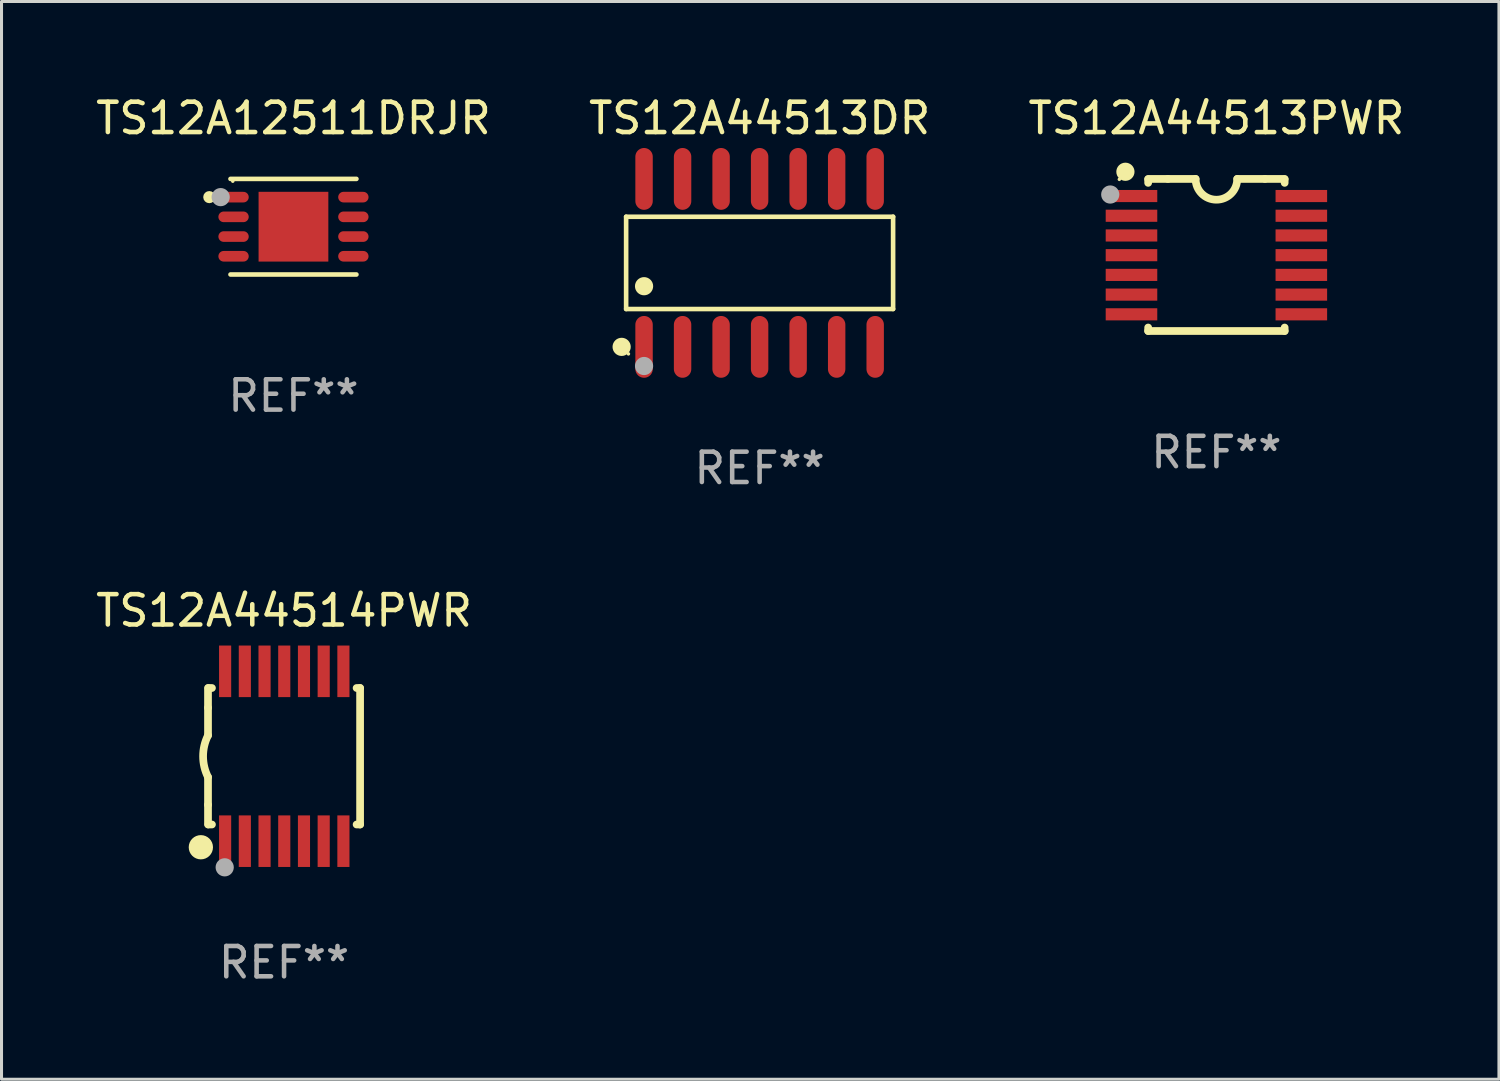
<source format=kicad_pcb>
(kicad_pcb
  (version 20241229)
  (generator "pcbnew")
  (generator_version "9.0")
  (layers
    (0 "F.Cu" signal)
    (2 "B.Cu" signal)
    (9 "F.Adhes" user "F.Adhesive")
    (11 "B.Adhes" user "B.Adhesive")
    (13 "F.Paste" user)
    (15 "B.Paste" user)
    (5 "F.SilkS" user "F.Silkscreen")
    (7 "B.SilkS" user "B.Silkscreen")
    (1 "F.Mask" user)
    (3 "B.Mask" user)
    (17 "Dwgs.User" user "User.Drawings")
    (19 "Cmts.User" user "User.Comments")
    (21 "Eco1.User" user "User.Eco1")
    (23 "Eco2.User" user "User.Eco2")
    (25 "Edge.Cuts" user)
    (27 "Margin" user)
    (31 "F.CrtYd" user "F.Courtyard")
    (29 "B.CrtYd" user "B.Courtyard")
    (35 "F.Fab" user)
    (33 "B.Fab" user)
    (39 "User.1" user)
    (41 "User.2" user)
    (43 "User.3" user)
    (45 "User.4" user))
  (footprint "TS12A44514PWR"
    (layer "F.Cu")
    (at 6.315 21.883)
    (property "Reference" "TS12A44514PWR" (at 0 -4.8 0) (layer "F.SilkS") (effects (font (size 1 1) (thickness 0.15))))
    (attr through_hole)
    (fp_line (start -2.507 -1.6) (end -2.507 -2.25) (stroke (width 0.254) (type solid)) (layer "F.SilkS"))
    (fp_line (start -2.507 -0.686) (end -2.507 -1.6) (stroke (width 0.254) (type solid)) (layer "F.SilkS"))
    (fp_line (start -2.507 1.6) (end -2.507 0.686) (stroke (width 0.254) (type solid)) (layer "F.SilkS"))
    (fp_line (start -2.507 1.6) (end -2.507 2.25) (stroke (width 0.254) (type solid)) (layer "F.SilkS"))
    (fp_line (start -2.493 -2.25) (end -2.377 -2.25) (stroke (width 0.254) (type solid)) (layer "F.SilkS"))
    (fp_line (start -2.377 2.25) (end -2.493 2.25) (stroke (width 0.254) (type solid)) (layer "F.SilkS"))
    (fp_line (start 2.392 -2.25) (end 2.507 -2.25) (stroke (width 0.254) (type solid)) (layer "F.SilkS"))
    (fp_line (start 2.507 -2.25) (end 2.507 2.25) (stroke (width 0.254) (type solid)) (layer "F.SilkS"))
    (fp_line (start 2.507 2.25) (end 2.392 2.25) (stroke (width 0.254) (type solid)) (layer "F.SilkS"))
    (fp_arc (start -2.507303 0.685802) (mid -2.669199 0) (end -2.507303 -0.685801) (stroke (width 0.254001) (type solid)) (layer "F.SilkS"))
    (fp_circle (center -2.743 3) (end -2.543 3) (stroke (width 0.4) (type solid)) (fill no) (layer "F.SilkS"))
    (fp_circle (center -2.493 3.2) (end -2.463 3.2) (stroke (width 0.06) (type solid)) (fill no) (layer "F.SilkS"))
    (fp_circle (center -1.957 3.662) (end -1.807 3.662) (stroke (width 0.3) (type solid)) (fill no) (layer "F.Fab"))
    (fp_text user "REF**" (at 0 6.8 0) (layer "F.Fab") (effects (font (size 1 1) (thickness 0.15))))
    (pad "1" smd rect (at -1.943 2.8) (size 0.4 1.7) (layers "F.Cu" "F.Mask" "F.Paste"))
    (pad "2" smd rect (at -1.293 2.8) (size 0.4 1.7) (layers "F.Cu" "F.Mask" "F.Paste"))
    (pad "3" smd rect (at -0.643 2.8) (size 0.4 1.7) (layers "F.Cu" "F.Mask" "F.Paste"))
    (pad "4" smd rect (at 0.007 2.8) (size 0.4 1.7) (layers "F.Cu" "F.Mask" "F.Paste"))
    (pad "5" smd rect (at 0.657 2.8) (size 0.4 1.7) (layers "F.Cu" "F.Mask" "F.Paste"))
    (pad "6" smd rect (at 1.307 2.8) (size 0.4 1.7) (layers "F.Cu" "F.Mask" "F.Paste"))
    (pad "7" smd rect (at 1.957 2.8) (size 0.4 1.7) (layers "F.Cu" "F.Mask" "F.Paste"))
    (pad "8" smd rect (at 1.957 -2.8) (size 0.4 1.7) (layers "F.Cu" "F.Mask" "F.Paste"))
    (pad "9" smd rect (at 1.307 -2.8) (size 0.4 1.7) (layers "F.Cu" "F.Mask" "F.Paste"))
    (pad "10" smd rect (at 0.657 -2.8) (size 0.4 1.7) (layers "F.Cu" "F.Mask" "F.Paste"))
    (pad "11" smd rect (at 0.007 -2.8) (size 0.4 1.7) (layers "F.Cu" "F.Mask" "F.Paste"))
    (pad "12" smd rect (at -0.643 -2.8) (size 0.4 1.7) (layers "F.Cu" "F.Mask" "F.Paste"))
    (pad "13" smd rect (at -1.293 -2.8) (size 0.4 1.7) (layers "F.Cu" "F.Mask" "F.Paste"))
    (pad "14" smd rect (at -1.943 -2.8) (size 0.4 1.7) (layers "F.Cu" "F.Mask" "F.Paste")))
  (footprint "TS12A12511DRJR"
    (layer "F.Cu")
    (at 6.625 4.424)
    (property "Reference" "TS12A12511DRJR" (at 0 -3.576 0) (layer "F.SilkS") (effects (font (size 1 1) (thickness 0.15))))
    (attr through_hole)
    (fp_line (start -2.076 -1.576) (end 2.076 -1.576) (stroke (width 0.152) (type solid)) (layer "F.SilkS"))
    (fp_line (start 2.076 1.576) (end -2.076 1.576) (stroke (width 0.152) (type solid)) (layer "F.SilkS"))
    (fp_circle (center -2.775 -0.975) (end -2.675 -0.975) (stroke (width 0.2) (type solid)) (fill no) (layer "F.SilkS"))
    (fp_circle (center -2 -1.5) (end -1.97 -1.5) (stroke (width 0.06) (type solid)) (fill no) (layer "F.SilkS"))
    (fp_circle (center -2.4 -0.975) (end -2.25 -0.975) (stroke (width 0.3) (type solid)) (fill no) (layer "F.Fab"))
    (fp_text user "REF**" (at 0 5.576 0) (layer "F.Fab") (effects (font (size 1 1) (thickness 0.15))))
    (pad "1" smd oval (at -1.975 -0.975 270) (size 0.35 1) (layers "F.Cu" "F.Mask" "F.Paste"))
    (pad "2" smd oval (at -1.975 -0.325 270) (size 0.35 1) (layers "F.Cu" "F.Mask" "F.Paste"))
    (pad "3" smd oval (at -1.975 0.325 270) (size 0.35 1) (layers "F.Cu" "F.Mask" "F.Paste"))
    (pad "4" smd oval (at -1.975 0.975 270) (size 0.35 1) (layers "F.Cu" "F.Mask" "F.Paste"))
    (pad "5" smd oval (at 1.975 0.975 270) (size 0.35 1) (layers "F.Cu" "F.Mask" "F.Paste"))
    (pad "6" smd oval (at 1.975 0.325 270) (size 0.35 1) (layers "F.Cu" "F.Mask" "F.Paste"))
    (pad "7" smd oval (at 1.975 -0.325 270) (size 0.35 1) (layers "F.Cu" "F.Mask" "F.Paste"))
    (pad "8" smd oval (at 1.975 -0.975 270) (size 0.35 1) (layers "F.Cu" "F.Mask" "F.Paste"))
    (pad "9" smd rect (at 0 0) (size 2.3 2.3) (layers "F.Cu" "F.Mask" "F.Paste")))
  (footprint "TS12A44513DR"
    (layer "F.Cu")
    (at 21.994 5.617)
    (property "Reference" "TS12A44513DR" (at 0 -4.769 0) (layer "F.SilkS") (effects (font (size 1 1) (thickness 0.15))))
    (attr through_hole)
    (fp_line (start -4.401 -1.521) (end 4.401 -1.521) (stroke (width 0.152) (type solid)) (layer "F.SilkS"))
    (fp_line (start -4.401 1.521) (end -4.401 -1.521) (stroke (width 0.152) (type solid)) (layer "F.SilkS"))
    (fp_line (start 4.401 -1.521) (end 4.401 1.521) (stroke (width 0.152) (type solid)) (layer "F.SilkS"))
    (fp_line (start 4.401 1.521) (end -4.401 1.521) (stroke (width 0.152) (type solid)) (layer "F.SilkS"))
    (fp_circle (center -4.549 2.769) (end -4.399 2.769) (stroke (width 0.3) (type solid)) (fill no) (layer "F.SilkS"))
    (fp_circle (center -4.325 3) (end -4.295 3) (stroke (width 0.06) (type solid)) (fill no) (layer "F.SilkS"))
    (fp_circle (center -3.81 0.769) (end -3.66 0.769) (stroke (width 0.3) (type solid)) (fill no) (layer "F.SilkS"))
    (fp_circle (center -3.81 3.4) (end -3.66 3.4) (stroke (width 0.3) (type solid)) (fill no) (layer "F.Fab"))
    (fp_text user "REF**" (at 0 6.769 0) (layer "F.Fab") (effects (font (size 1 1) (thickness 0.15))))
    (pad "1" smd oval (at -3.81 2.769) (size 0.574 2.038) (layers "F.Cu" "F.Mask" "F.Paste"))
    (pad "2" smd oval (at -2.54 2.769) (size 0.574 2.038) (layers "F.Cu" "F.Mask" "F.Paste"))
    (pad "3" smd oval (at -1.27 2.769) (size 0.574 2.038) (layers "F.Cu" "F.Mask" "F.Paste"))
    (pad "4" smd oval (at 0 2.769) (size 0.574 2.038) (layers "F.Cu" "F.Mask" "F.Paste"))
    (pad "5" smd oval (at 1.27 2.769) (size 0.574 2.038) (layers "F.Cu" "F.Mask" "F.Paste"))
    (pad "6" smd oval (at 2.54 2.769) (size 0.574 2.038) (layers "F.Cu" "F.Mask" "F.Paste"))
    (pad "7" smd oval (at 3.81 2.769) (size 0.574 2.038) (layers "F.Cu" "F.Mask" "F.Paste"))
    (pad "8" smd oval (at 3.81 -2.769) (size 0.574 2.038) (layers "F.Cu" "F.Mask" "F.Paste"))
    (pad "9" smd oval (at 2.54 -2.769) (size 0.574 2.038) (layers "F.Cu" "F.Mask" "F.Paste"))
    (pad "10" smd oval (at 1.27 -2.769) (size 0.574 2.038) (layers "F.Cu" "F.Mask" "F.Paste"))
    (pad "11" smd oval (at 0 -2.769) (size 0.574 2.038) (layers "F.Cu" "F.Mask" "F.Paste"))
    (pad "12" smd oval (at -1.27 -2.769) (size 0.574 2.038) (layers "F.Cu" "F.Mask" "F.Paste"))
    (pad "13" smd oval (at -2.54 -2.769) (size 0.574 2.038) (layers "F.Cu" "F.Mask" "F.Paste"))
    (pad "14" smd oval (at -3.81 -2.769) (size 0.574 2.038) (layers "F.Cu" "F.Mask" "F.Paste")))
  (footprint "TS12A44513PWR"
    (layer "F.Cu")
    (at 37.054 5.356)
    (property "Reference" "TS12A44513PWR" (at 0 -4.507 0) (layer "F.SilkS") (effects (font (size 1 1) (thickness 0.15))))
    (attr through_hole)
    (fp_line (start -2.25 -2.377) (end -2.25 -2.493) (stroke (width 0.254) (type solid)) (layer "F.SilkS"))
    (fp_line (start -2.25 2.507) (end -2.25 2.392) (stroke (width 0.254) (type solid)) (layer "F.SilkS"))
    (fp_line (start -1.6 -2.507) (end -2.25 -2.507) (stroke (width 0.254) (type solid)) (layer "F.SilkS"))
    (fp_line (start -1.6 -2.507) (end -0.686 -2.507) (stroke (width 0.254) (type solid)) (layer "F.SilkS"))
    (fp_line (start 0.686 -2.507) (end 1.6 -2.507) (stroke (width 0.254) (type solid)) (layer "F.SilkS"))
    (fp_line (start 1.6 -2.507) (end 2.25 -2.507) (stroke (width 0.254) (type solid)) (layer "F.SilkS"))
    (fp_line (start 2.25 -2.493) (end 2.25 -2.377) (stroke (width 0.254) (type solid)) (layer "F.SilkS"))
    (fp_line (start 2.25 2.392) (end 2.25 2.507) (stroke (width 0.254) (type solid)) (layer "F.SilkS"))
    (fp_line (start 2.25 2.507) (end -2.25 2.507) (stroke (width 0.254) (type solid)) (layer "F.SilkS"))
    (fp_arc (start 0.685852 -2.507303) (mid 0.000051 -1.821502) (end -0.68575 -2.507303) (stroke (width 0.254001) (type solid)) (layer "F.SilkS"))
    (fp_circle (center -3.2 -2.493) (end -3.17 -2.493) (stroke (width 0.06) (type solid)) (fill no) (layer "F.SilkS"))
    (fp_circle (center -3 -2.743) (end -2.85 -2.743) (stroke (width 0.3) (type solid)) (fill no) (layer "F.SilkS"))
    (fp_circle (center -3.5 -1.993) (end -3.35 -1.993) (stroke (width 0.3) (type solid)) (fill no) (layer "F.Fab"))
    (fp_text user "REF**" (at 0 6.507 0) (layer "F.Fab") (effects (font (size 1 1) (thickness 0.15))))
    (pad "1" smd rect (at -2.8 -1.943) (size 1.7 0.4) (layers "F.Cu" "F.Mask" "F.Paste"))
    (pad "2" smd rect (at -2.8 -1.293) (size 1.7 0.4) (layers "F.Cu" "F.Mask" "F.Paste"))
    (pad "3" smd rect (at -2.8 -0.643) (size 1.7 0.4) (layers "F.Cu" "F.Mask" "F.Paste"))
    (pad "4" smd rect (at -2.8 0.007) (size 1.7 0.4) (layers "F.Cu" "F.Mask" "F.Paste"))
    (pad "5" smd rect (at -2.8 0.657) (size 1.7 0.4) (layers "F.Cu" "F.Mask" "F.Paste"))
    (pad "6" smd rect (at -2.8 1.307) (size 1.7 0.4) (layers "F.Cu" "F.Mask" "F.Paste"))
    (pad "7" smd rect (at -2.8 1.957) (size 1.7 0.4) (layers "F.Cu" "F.Mask" "F.Paste"))
    (pad "8" smd rect (at 2.8 1.957) (size 1.7 0.4) (layers "F.Cu" "F.Mask" "F.Paste"))
    (pad "9" smd rect (at 2.8 1.307) (size 1.7 0.4) (layers "F.Cu" "F.Mask" "F.Paste"))
    (pad "10" smd rect (at 2.8 0.657) (size 1.7 0.4) (layers "F.Cu" "F.Mask" "F.Paste"))
    (pad "11" smd rect (at 2.8 0.007) (size 1.7 0.4) (layers "F.Cu" "F.Mask" "F.Paste"))
    (pad "12" smd rect (at 2.8 -0.643) (size 1.7 0.4) (layers "F.Cu" "F.Mask" "F.Paste"))
    (pad "13" smd rect (at 2.8 -1.293) (size 1.7 0.4) (layers "F.Cu" "F.Mask" "F.Paste"))
    (pad "14" smd rect (at 2.8 -1.943) (size 1.7 0.4) (layers "F.Cu" "F.Mask" "F.Paste")))
  (gr_rect
    (start -3 -3)
    (end 46.369 32.531)
    (stroke (width 0.1) (type default))
    (fill no)
    (layer "Edge.Cuts")))
</source>
